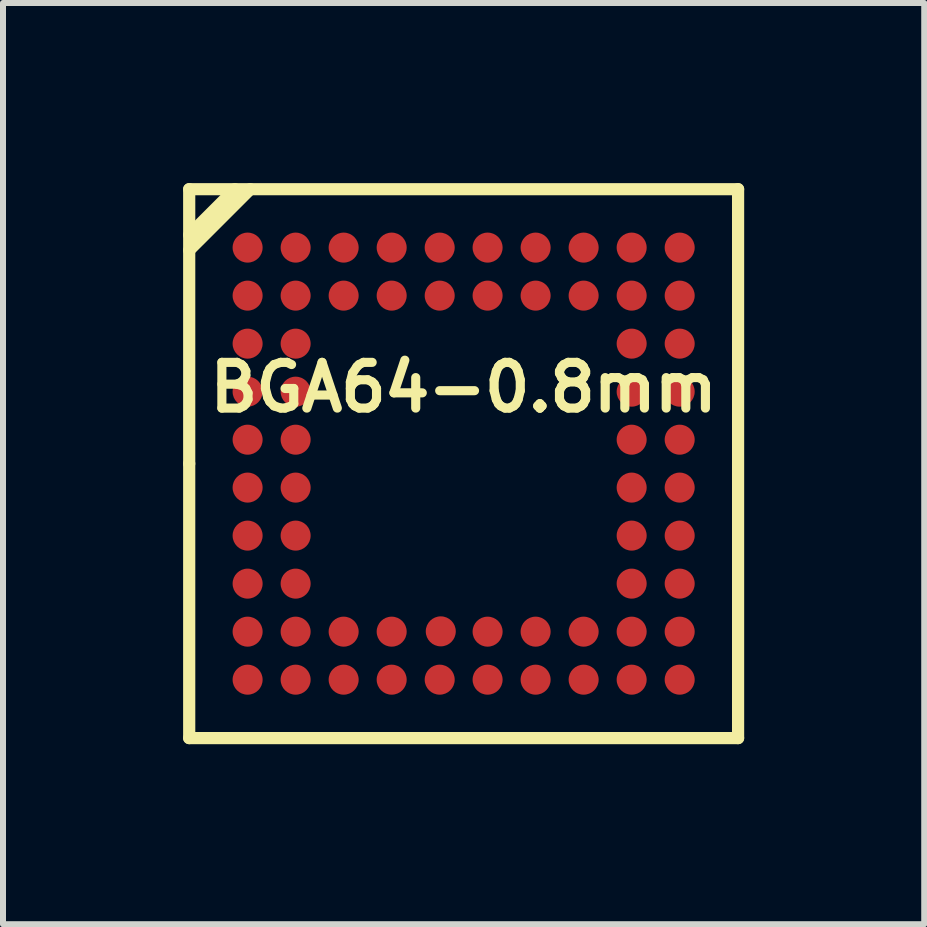
<source format=kicad_pcb>
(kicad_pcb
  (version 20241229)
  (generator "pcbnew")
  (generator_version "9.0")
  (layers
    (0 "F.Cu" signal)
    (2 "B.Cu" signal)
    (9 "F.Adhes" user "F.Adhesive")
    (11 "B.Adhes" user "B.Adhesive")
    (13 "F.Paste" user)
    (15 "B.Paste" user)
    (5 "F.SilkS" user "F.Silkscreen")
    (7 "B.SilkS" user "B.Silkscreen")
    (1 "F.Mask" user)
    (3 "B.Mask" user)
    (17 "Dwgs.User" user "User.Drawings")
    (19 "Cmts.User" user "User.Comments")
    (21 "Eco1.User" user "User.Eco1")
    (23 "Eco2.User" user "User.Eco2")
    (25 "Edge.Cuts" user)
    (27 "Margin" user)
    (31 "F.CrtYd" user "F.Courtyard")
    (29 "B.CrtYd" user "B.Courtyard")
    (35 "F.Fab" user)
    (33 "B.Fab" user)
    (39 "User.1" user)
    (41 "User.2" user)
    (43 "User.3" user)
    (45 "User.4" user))
  (footprint "BGA64-0.8mm"
    (layer "F.Cu")
    (at 4.674 4.674)
    (property "Reference" "BGA64-0.8mm" (at 0 -1.27 0) (layer "F.SilkS") (effects (font (size 0.762 0.762) (thickness 0.152))))
    (attr smd)
    (fp_line (start -4.572 -4.572) (end 4.572 -4.572) (stroke (width 0.203) (type solid)) (layer "F.SilkS"))
    (fp_line (start -4.572 -3.81) (end -3.81 -4.572) (stroke (width 0.203) (type solid)) (layer "F.SilkS"))
    (fp_line (start -4.572 -3.556) (end -3.556 -4.572) (stroke (width 0.203) (type solid)) (layer "F.SilkS"))
    (fp_line (start -4.572 0) (end -4.572 -4.572) (stroke (width 0.203) (type solid)) (layer "F.SilkS"))
    (fp_line (start -4.572 4.572) (end -4.572 0) (stroke (width 0.203) (type solid)) (layer "F.SilkS"))
    (fp_line (start 4.572 -4.572) (end 4.572 4.572) (stroke (width 0.203) (type solid)) (layer "F.SilkS"))
    (fp_line (start 4.572 4.572) (end -4.572 4.572) (stroke (width 0.203) (type solid)) (layer "F.SilkS"))
    (pad "A1" smd circle (at -3.599 -3.599) (size 0.5 0.5) (layers "F.Cu" "F.Mask" "F.Paste"))
    (pad "A2" smd circle (at -2.799 -3.599) (size 0.5 0.5) (layers "F.Cu" "F.Mask" "F.Paste"))
    (pad "A3" smd circle (at -1.999 -3.599) (size 0.5 0.5) (layers "F.Cu" "F.Mask" "F.Paste"))
    (pad "A4" smd circle (at -1.199 -3.599) (size 0.5 0.5) (layers "F.Cu" "F.Mask" "F.Paste"))
    (pad "A5" smd circle (at -0.399 -3.599) (size 0.5 0.5) (layers "F.Cu" "F.Mask" "F.Paste"))
    (pad "A6" smd circle (at 0.399 -3.599) (size 0.5 0.5) (layers "F.Cu" "F.Mask" "F.Paste"))
    (pad "A7" smd circle (at 1.199 -3.599) (size 0.5 0.5) (layers "F.Cu" "F.Mask" "F.Paste"))
    (pad "A8" smd circle (at 1.999 -3.599) (size 0.5 0.5) (layers "F.Cu" "F.Mask" "F.Paste"))
    (pad "A9" smd circle (at 2.799 -3.599) (size 0.5 0.5) (layers "F.Cu" "F.Mask" "F.Paste"))
    (pad "A10" smd circle (at 3.599 -3.599) (size 0.5 0.5) (layers "F.Cu" "F.Mask" "F.Paste"))
    (pad "B1" smd circle (at -3.599 -2.799) (size 0.5 0.5) (layers "F.Cu" "F.Mask" "F.Paste"))
    (pad "B2" smd circle (at -2.799 -2.799) (size 0.5 0.5) (layers "F.Cu" "F.Mask" "F.Paste"))
    (pad "B3" smd circle (at -1.999 -2.799) (size 0.5 0.5) (layers "F.Cu" "F.Mask" "F.Paste"))
    (pad "B4" smd circle (at -1.199 -2.799) (size 0.5 0.5) (layers "F.Cu" "F.Mask" "F.Paste"))
    (pad "B5" smd circle (at -0.399 -2.799) (size 0.5 0.5) (layers "F.Cu" "F.Mask" "F.Paste"))
    (pad "B6" smd circle (at 0.399 -2.799) (size 0.5 0.5) (layers "F.Cu" "F.Mask" "F.Paste"))
    (pad "B7" smd circle (at 1.199 -2.799) (size 0.5 0.5) (layers "F.Cu" "F.Mask" "F.Paste"))
    (pad "B8" smd circle (at 1.999 -2.799) (size 0.5 0.5) (layers "F.Cu" "F.Mask" "F.Paste"))
    (pad "B9" smd circle (at 2.799 -2.799) (size 0.5 0.5) (layers "F.Cu" "F.Mask" "F.Paste"))
    (pad "B10" smd circle (at 3.599 -2.799) (size 0.5 0.5) (layers "F.Cu" "F.Mask" "F.Paste"))
    (pad "C1" smd circle (at -3.599 -1.999) (size 0.5 0.5) (layers "F.Cu" "F.Mask" "F.Paste"))
    (pad "C2" smd circle (at -2.799 -1.999) (size 0.5 0.5) (layers "F.Cu" "F.Mask" "F.Paste"))
    (pad "C9" smd circle (at 2.799 -1.999) (size 0.5 0.5) (layers "F.Cu" "F.Mask" "F.Paste"))
    (pad "C10" smd circle (at 3.599 -1.999) (size 0.5 0.5) (layers "F.Cu" "F.Mask" "F.Paste"))
    (pad "D1" smd circle (at -3.599 -1.199) (size 0.5 0.5) (layers "F.Cu" "F.Mask" "F.Paste"))
    (pad "D2" smd circle (at -2.799 -1.199) (size 0.5 0.5) (layers "F.Cu" "F.Mask" "F.Paste"))
    (pad "D9" smd circle (at 2.799 -1.199) (size 0.5 0.5) (layers "F.Cu" "F.Mask" "F.Paste"))
    (pad "D10" smd circle (at 3.599 -1.199) (size 0.5 0.5) (layers "F.Cu" "F.Mask" "F.Paste"))
    (pad "E1" smd circle (at -3.599 -0.399) (size 0.5 0.5) (layers "F.Cu" "F.Mask" "F.Paste"))
    (pad "E2" smd circle (at -2.799 -0.399) (size 0.5 0.5) (layers "F.Cu" "F.Mask" "F.Paste"))
    (pad "E9" smd circle (at 2.799 -0.399) (size 0.5 0.5) (layers "F.Cu" "F.Mask" "F.Paste"))
    (pad "E10" smd circle (at 3.599 -0.399) (size 0.5 0.5) (layers "F.Cu" "F.Mask" "F.Paste"))
    (pad "F1" smd circle (at -3.599 0.399) (size 0.5 0.5) (layers "F.Cu" "F.Mask" "F.Paste"))
    (pad "F2" smd circle (at -2.799 0.399) (size 0.5 0.5) (layers "F.Cu" "F.Mask" "F.Paste"))
    (pad "F9" smd circle (at 2.799 0.399) (size 0.5 0.5) (layers "F.Cu" "F.Mask" "F.Paste"))
    (pad "F10" smd circle (at 3.599 0.399) (size 0.5 0.5) (layers "F.Cu" "F.Mask" "F.Paste"))
    (pad "G1" smd circle (at -3.599 1.199) (size 0.5 0.5) (layers "F.Cu" "F.Mask" "F.Paste"))
    (pad "G2" smd circle (at -2.799 1.199) (size 0.5 0.5) (layers "F.Cu" "F.Mask" "F.Paste"))
    (pad "G9" smd circle (at 2.799 1.199) (size 0.5 0.5) (layers "F.Cu" "F.Mask" "F.Paste"))
    (pad "G10" smd circle (at 3.599 1.199) (size 0.5 0.5) (layers "F.Cu" "F.Mask" "F.Paste"))
    (pad "H1" smd circle (at -3.599 1.999) (size 0.5 0.5) (layers "F.Cu" "F.Mask" "F.Paste"))
    (pad "H2" smd circle (at -2.799 1.999) (size 0.5 0.5) (layers "F.Cu" "F.Mask" "F.Paste"))
    (pad "H9" smd circle (at 2.799 1.999) (size 0.5 0.5) (layers "F.Cu" "F.Mask" "F.Paste"))
    (pad "H10" smd circle (at 3.599 1.999) (size 0.5 0.5) (layers "F.Cu" "F.Mask" "F.Paste"))
    (pad "J1" smd circle (at -3.599 2.799) (size 0.5 0.5) (layers "F.Cu" "F.Mask" "F.Paste"))
    (pad "J2" smd circle (at -2.799 2.799) (size 0.5 0.5) (layers "F.Cu" "F.Mask" "F.Paste"))
    (pad "J3" smd circle (at -1.999 2.799) (size 0.5 0.5) (layers "F.Cu" "F.Mask" "F.Paste"))
    (pad "J4" smd circle (at -1.199 2.799) (size 0.5 0.5) (layers "F.Cu" "F.Mask" "F.Paste"))
    (pad "J5" smd circle (at -0.381 2.794) (size 0.5 0.5) (layers "F.Cu" "F.Mask" "F.Paste"))
    (pad "J6" smd circle (at 0.399 2.799) (size 0.5 0.5) (layers "F.Cu" "F.Mask" "F.Paste"))
    (pad "J7" smd circle (at 1.199 2.799) (size 0.5 0.5) (layers "F.Cu" "F.Mask" "F.Paste"))
    (pad "J8" smd circle (at 1.999 2.799) (size 0.5 0.5) (layers "F.Cu" "F.Mask" "F.Paste"))
    (pad "J9" smd circle (at 2.799 2.799) (size 0.5 0.5) (layers "F.Cu" "F.Mask" "F.Paste"))
    (pad "J10" smd circle (at 3.599 2.799) (size 0.5 0.5) (layers "F.Cu" "F.Mask" "F.Paste"))
    (pad "K1" smd circle (at -3.599 3.599) (size 0.5 0.5) (layers "F.Cu" "F.Mask" "F.Paste"))
    (pad "K2" smd circle (at -2.799 3.599) (size 0.5 0.5) (layers "F.Cu" "F.Mask" "F.Paste"))
    (pad "K3" smd circle (at -1.999 3.599) (size 0.5 0.5) (layers "F.Cu" "F.Mask" "F.Paste"))
    (pad "K4" smd circle (at -1.199 3.599) (size 0.5 0.5) (layers "F.Cu" "F.Mask" "F.Paste"))
    (pad "K5" smd circle (at -0.399 3.599) (size 0.5 0.5) (layers "F.Cu" "F.Mask" "F.Paste"))
    (pad "K6" smd circle (at 0.399 3.599) (size 0.5 0.5) (layers "F.Cu" "F.Mask" "F.Paste"))
    (pad "K7" smd circle (at 1.199 3.599) (size 0.5 0.5) (layers "F.Cu" "F.Mask" "F.Paste"))
    (pad "K8" smd circle (at 1.999 3.599) (size 0.5 0.5) (layers "F.Cu" "F.Mask" "F.Paste"))
    (pad "K9" smd circle (at 2.799 3.599) (size 0.5 0.5) (layers "F.Cu" "F.Mask" "F.Paste"))
    (pad "K10" smd circle (at 3.599 3.599) (size 0.5 0.5) (layers "F.Cu" "F.Mask" "F.Paste")))
  (gr_rect
    (start -3 -3)
    (end 12.347 12.347)
    (stroke (width 0.1) (type default))
    (fill no)
    (layer "Edge.Cuts")))
</source>
